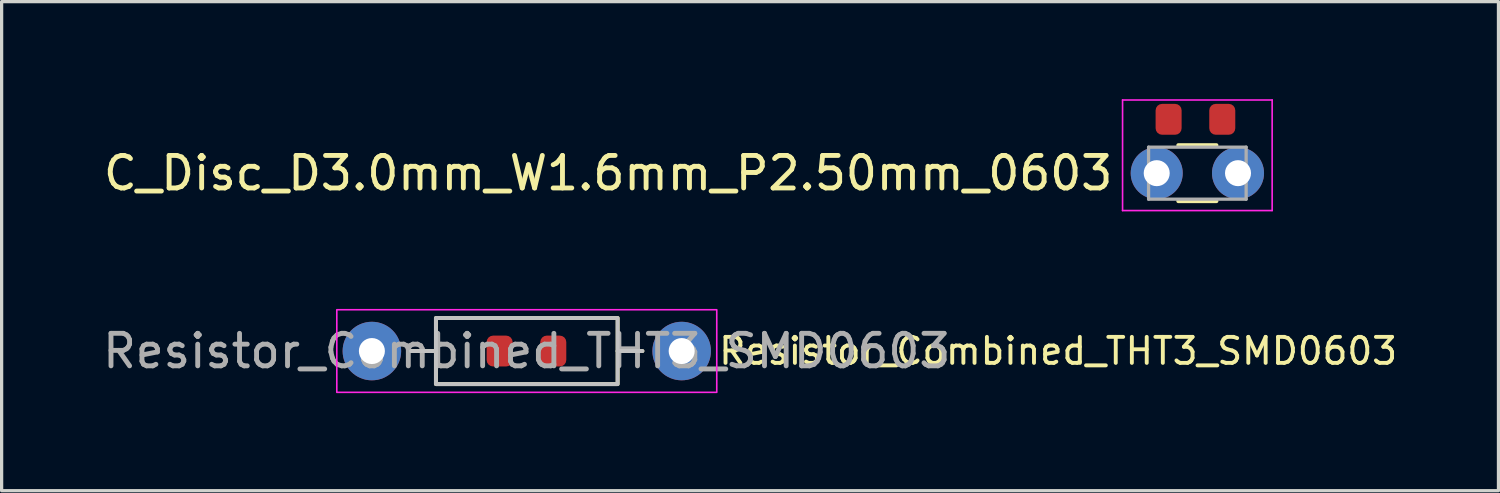
<source format=kicad_pcb>
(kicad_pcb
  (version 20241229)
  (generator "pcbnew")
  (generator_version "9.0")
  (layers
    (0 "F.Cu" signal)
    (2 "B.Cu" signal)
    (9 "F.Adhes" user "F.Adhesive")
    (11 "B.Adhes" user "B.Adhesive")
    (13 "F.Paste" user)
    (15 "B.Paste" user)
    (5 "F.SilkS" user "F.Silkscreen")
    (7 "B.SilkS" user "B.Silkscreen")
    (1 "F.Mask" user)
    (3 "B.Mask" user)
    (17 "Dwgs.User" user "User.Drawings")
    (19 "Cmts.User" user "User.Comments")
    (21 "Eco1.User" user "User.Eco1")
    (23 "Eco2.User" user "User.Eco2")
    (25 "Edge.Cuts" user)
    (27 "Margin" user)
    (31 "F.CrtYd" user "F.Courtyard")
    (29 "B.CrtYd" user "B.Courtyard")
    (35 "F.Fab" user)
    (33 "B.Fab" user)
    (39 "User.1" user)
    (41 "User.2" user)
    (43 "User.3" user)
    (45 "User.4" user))
  (footprint "Resistor_Combined_THT3_SMD0603"
    (layer "F.Cu")
    (at 13.149 7.745)
    (property "Reference" "Resistor_Combined_THT3_SMD0603" (at 5.842 0 0) (layer "F.SilkS") (effects (font (size 0.8 0.8) (thickness 0.12)) (justify left)))
    (attr through_hole)
    (fp_line (start -2.794 0) (end -3.556 0) (stroke (width 0.12) (type solid)) (layer "F.SilkS"))
    (fp_line (start 2.794 0) (end 3.556 0) (stroke (width 0.12) (type solid)) (layer "F.SilkS"))
    (fp_rect (start -2.794 -1.016) (end 2.794 1.016) (stroke (width 0.12) (type solid)) (fill no) (layer "F.SilkS"))
    (fp_line (start -2.794 0) (end -3.556 0) (stroke (width 0.12) (type solid)) (layer "Dwgs.User"))
    (fp_line (start 2.794 0) (end 3.556 0) (stroke (width 0.12) (type solid)) (layer "Dwgs.User"))
    (fp_rect (start 2.794 1.016) (end -2.794 -1.016) (stroke (width 0.12) (type solid)) (fill no) (layer "Dwgs.User"))
    (fp_rect (start 5.842 1.27) (end -5.842 -1.27) (stroke (width 0.05) (type solid)) (fill no) (layer "F.CrtYd"))
    (fp_text user "${REFERENCE}" (at 0 0 0) (unlocked yes) (layer "F.Fab") (effects (font (size 1 1) (thickness 0.15))))
    (pad "1" thru_hole circle (at -4.763 0) (size 1.8 1.8) (drill 0.8) (layers "*.Cu" "*.Mask"))
    (pad "1" smd roundrect (at -0.835 0) (size 0.8 0.95) (layers "F.Cu" "F.Mask" "F.Paste") (roundrect_rratio 0.25))
    (pad "2" smd roundrect (at 0.815 0) (size 0.8 0.95) (layers "F.Cu" "F.Mask" "F.Paste") (roundrect_rratio 0.25))
    (pad "2" thru_hole circle (at 4.763 0) (size 1.8 1.8) (drill 0.8) (layers "*.Cu" "*.Mask")))
  (footprint "C_Disc_D3.0mm_W1.6mm_P2.50mm_0603"
    (layer "F.Cu")
    (at 32.52 2.275)
    (property "Reference" "C_Disc_D3.0mm_W1.6mm_P2.50mm_0603" (at -1.27 0 0) (unlocked yes) (layer "F.SilkS") (effects (font (size 1 1) (thickness 0.15)) (justify right)))
    (attr through_hole)
    (fp_line (start 0.663 -0.861) (end 1.837 -0.861) (stroke (width 0.12) (type solid)) (layer "F.SilkS"))
    (fp_line (start 0.663 0.861) (end 1.837 0.861) (stroke (width 0.12) (type solid)) (layer "F.SilkS"))
    (fp_line (start -1.05 -2.25) (end -1.05 1.15) (stroke (width 0.05) (type solid)) (layer "F.CrtYd"))
    (fp_line (start -1.05 1.15) (end 3.55 1.15) (stroke (width 0.05) (type solid)) (layer "F.CrtYd"))
    (fp_line (start 3.55 -2.25) (end -1.05 -2.25) (stroke (width 0.05) (type solid)) (layer "F.CrtYd"))
    (fp_line (start 3.55 1.15) (end 3.55 -2.25) (stroke (width 0.05) (type solid)) (layer "F.CrtYd"))
    (fp_line (start -0.25 -0.8) (end -0.25 0.8) (stroke (width 0.1) (type solid)) (layer "F.Fab"))
    (fp_line (start -0.25 0.8) (end 2.75 0.8) (stroke (width 0.1) (type solid)) (layer "F.Fab"))
    (fp_line (start 2.75 -0.8) (end -0.25 -0.8) (stroke (width 0.1) (type solid)) (layer "F.Fab"))
    (fp_line (start 2.75 0.8) (end 2.75 -0.8) (stroke (width 0.1) (type solid)) (layer "F.Fab"))
    (pad "1" thru_hole circle (at 0 0) (size 1.6 1.6) (drill 0.8) (layers "*.Cu" "*.Mask"))
    (pad "1" smd roundrect (at 0.366 -1.656) (size 0.8 0.95) (layers "F.Cu" "F.Mask" "F.Paste") (roundrect_rratio 0.25))
    (pad "2" smd roundrect (at 2.016 -1.656) (size 0.8 0.95) (layers "F.Cu" "F.Mask" "F.Paste") (roundrect_rratio 0.25))
    (pad "2" thru_hole circle (at 2.5 0) (size 1.6 1.6) (drill 0.8) (layers "*.Cu" "*.Mask")))
  (gr_rect
    (start -3 -3)
    (end 43.029 12.04)
    (stroke (width 0.1) (type default))
    (fill no)
    (layer "Edge.Cuts")))
</source>
